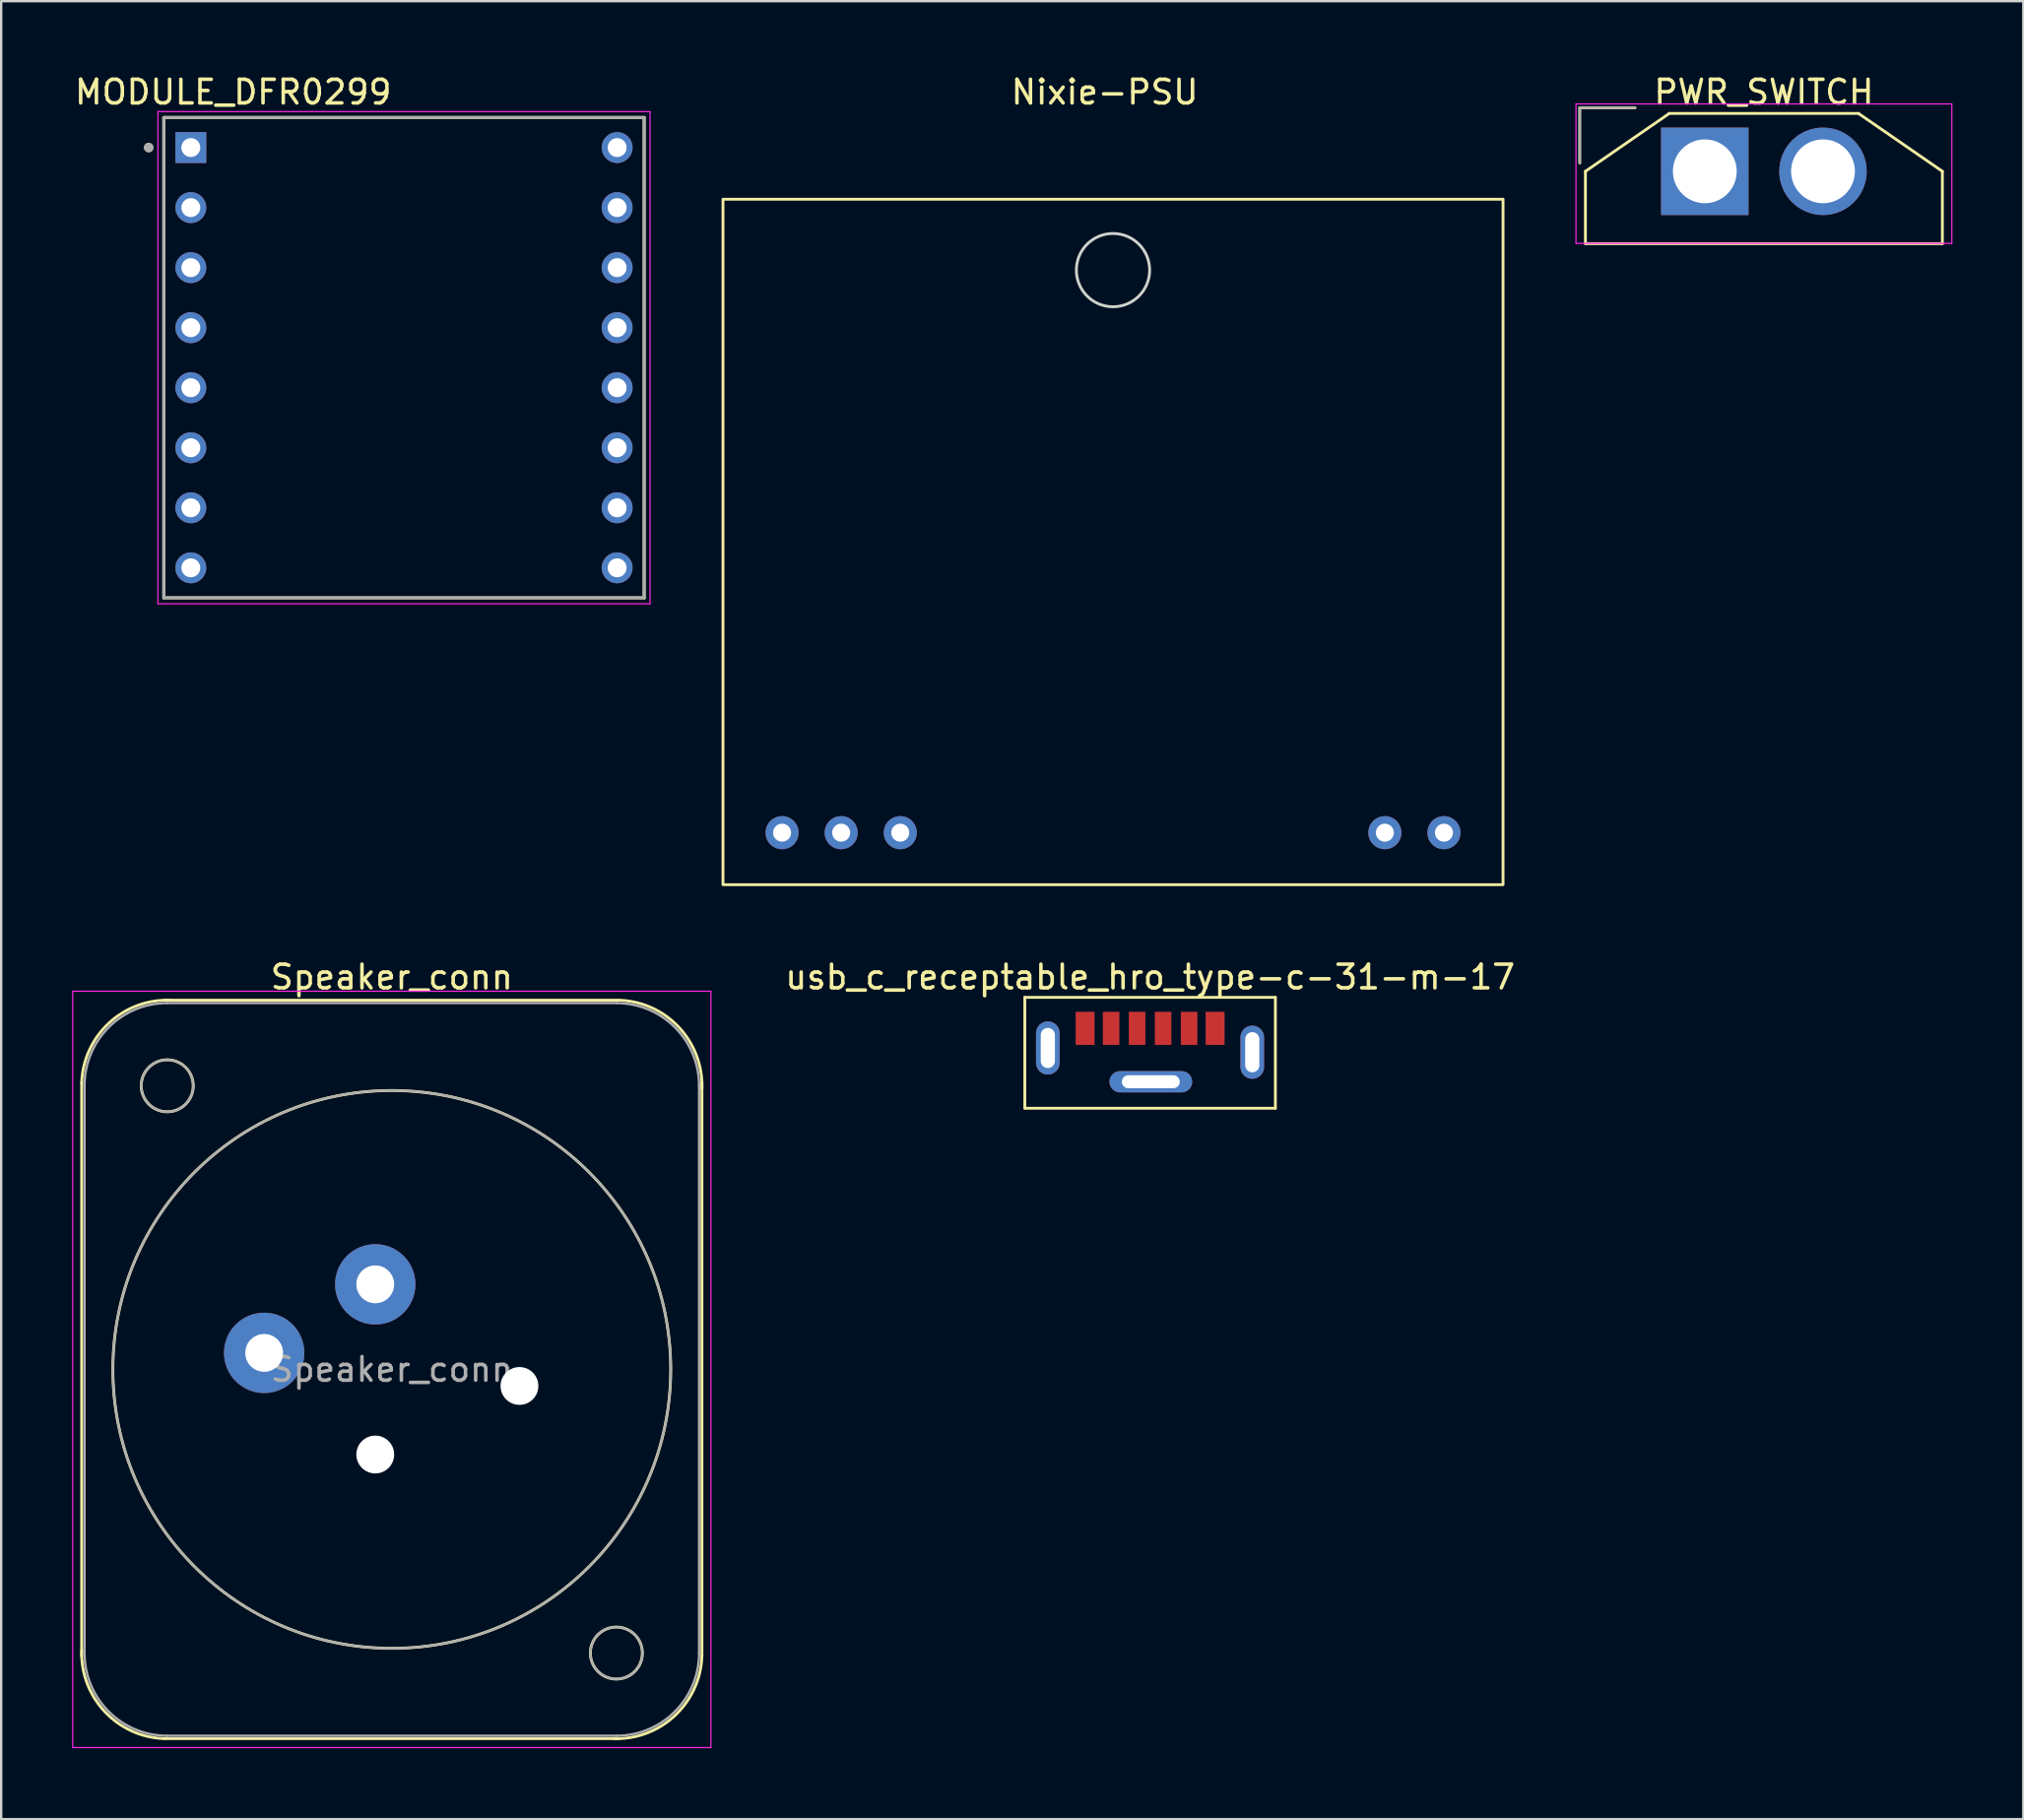
<source format=kicad_pcb>
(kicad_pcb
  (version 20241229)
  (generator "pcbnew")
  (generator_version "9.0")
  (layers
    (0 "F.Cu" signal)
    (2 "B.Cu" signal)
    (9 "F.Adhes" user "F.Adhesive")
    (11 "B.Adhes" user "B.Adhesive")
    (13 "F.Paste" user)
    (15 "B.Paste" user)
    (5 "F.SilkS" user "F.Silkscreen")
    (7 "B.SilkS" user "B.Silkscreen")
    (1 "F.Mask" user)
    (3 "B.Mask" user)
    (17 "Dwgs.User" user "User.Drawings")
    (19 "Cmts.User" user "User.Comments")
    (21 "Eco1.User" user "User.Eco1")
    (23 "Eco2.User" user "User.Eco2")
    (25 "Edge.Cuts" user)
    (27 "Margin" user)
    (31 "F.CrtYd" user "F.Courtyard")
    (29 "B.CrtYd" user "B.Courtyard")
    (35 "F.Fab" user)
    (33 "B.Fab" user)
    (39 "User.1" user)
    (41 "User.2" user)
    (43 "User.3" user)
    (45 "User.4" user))
  (footprint "Speaker_conn"
    (layer "F.Cu")
    (at 12.825 51.286)
    (property "Reference" "Speaker_conn" (at 0.7 -13 0) (layer "F.SilkS") (effects (font (size 1 1) (thickness 0.15))))
    (attr through_hole)
    (fp_line (start -12.42 15.72) (end -12.42 -8.52) (stroke (width 0.12) (type solid)) (layer "F.SilkS"))
    (fp_line (start -8.92 -12.02) (end 10.32 -12.02) (stroke (width 0.12) (type solid)) (layer "F.SilkS"))
    (fp_line (start -8.92 19.22) (end 10.32 19.22) (stroke (width 0.12) (type solid)) (layer "F.SilkS"))
    (fp_line (start 13.82 15.72) (end 13.82 -8.52) (stroke (width 0.12) (type solid)) (layer "F.SilkS"))
    (fp_arc (start -12.42 -8.52) (mid -11.274874 -11.044579) (end -8.68 -12.02) (stroke (width 0.12) (type solid)) (layer "F.SilkS"))
    (fp_arc (start -8.92 19.22) (mid -11.444579 18.074874) (end -12.42 15.48) (stroke (width 0.12) (type solid)) (layer "F.SilkS"))
    (fp_arc (start 10.32 -12.02) (mid 12.844579 -10.874874) (end 13.82 -8.28) (stroke (width 0.12) (type solid)) (layer "F.SilkS"))
    (fp_arc (start 13.82 15.72) (mid 12.674874 18.244579) (end 10.08 19.22) (stroke (width 0.12) (type solid)) (layer "F.SilkS"))
    (fp_circle (center -8.8 -8.4) (end -7.7 -8.4) (stroke (width 0.12) (type solid)) (fill no) (layer "F.SilkS"))
    (fp_circle (center 0.7 3.6) (end 12.5 3.6) (stroke (width 0.12) (type solid)) (fill no) (layer "F.SilkS"))
    (fp_circle (center 10.2 15.6) (end 11.3 15.6) (stroke (width 0.12) (type solid)) (fill no) (layer "F.SilkS"))
    (fp_line (start -12.8 -12.4) (end 14.2 -12.4) (stroke (width 0.05) (type solid)) (layer "F.CrtYd"))
    (fp_line (start -12.8 19.6) (end -12.8 -12.4) (stroke (width 0.05) (type solid)) (layer "F.CrtYd"))
    (fp_line (start -12.8 19.6) (end 14.2 19.6) (stroke (width 0.05) (type solid)) (layer "F.CrtYd"))
    (fp_line (start 14.2 19.6) (end 14.2 -12.4) (stroke (width 0.05) (type solid)) (layer "F.CrtYd"))
    (fp_line (start -12.3 15.6) (end -12.3 -8.4) (stroke (width 0.1) (type solid)) (layer "F.Fab"))
    (fp_line (start -8.8 -11.9) (end 10.2 -11.9) (stroke (width 0.1) (type solid)) (layer "F.Fab"))
    (fp_line (start -8.8 19.1) (end 10.2 19.1) (stroke (width 0.1) (type solid)) (layer "F.Fab"))
    (fp_line (start 13.7 15.6) (end 13.7 -8.4) (stroke (width 0.1) (type solid)) (layer "F.Fab"))
    (fp_arc (start -12.3 -8.4) (mid -11.274874 -10.874874) (end -8.8 -11.9) (stroke (width 0.1) (type solid)) (layer "F.Fab"))
    (fp_arc (start -8.8 19.1) (mid -11.274874 18.074874) (end -12.3 15.6) (stroke (width 0.1) (type solid)) (layer "F.Fab"))
    (fp_arc (start 10.2 -11.9) (mid 12.674874 -10.874874) (end 13.7 -8.4) (stroke (width 0.1) (type solid)) (layer "F.Fab"))
    (fp_arc (start 13.7 15.6) (mid 12.674874 18.074874) (end 10.2 19.1) (stroke (width 0.1) (type solid)) (layer "F.Fab"))
    (fp_circle (center -8.8 -8.4) (end -7.7 -8.4) (stroke (width 0.1) (type solid)) (fill no) (layer "F.Fab"))
    (fp_circle (center 0.7 3.6) (end 12.5 3.6) (stroke (width 0.1) (type solid)) (fill no) (layer "F.Fab"))
    (fp_circle (center 10.2 15.6) (end 9.1 15.6) (stroke (width 0.1) (type solid)) (fill no) (layer "F.Fab"))
    (fp_text user "${REFERENCE}" (at 0.7 3.6 0) (layer "F.Fab") (effects (font (size 1 1) (thickness 0.15))))
    (pad "" np_thru_hole circle (at 0 7.2) (size 1.6 1.6) (drill 1.6) (layers "*.Cu" "*.Mask"))
    (pad "" np_thru_hole circle (at 6.1 4.3) (size 1.6 1.6) (drill 1.6) (layers "*.Cu" "*.Mask"))
    (pad "1" thru_hole circle (at -4.7 2.9) (size 3.4 3.4) (drill 1.6) (layers "*.Cu" "*.Mask"))
    (pad "2" thru_hole circle (at 0 0) (size 3.4 3.4) (drill 1.6) (layers "*.Cu" "*.Mask")))
  (footprint "PWR_SWITCH"
    (layer "F.Cu")
    (at 69.07 4.198)
    (property "Reference" "PWR_SWITCH" (at 2.5 -3.35 0) (layer "F.SilkS") (effects (font (size 1 1) (thickness 0.15))))
    (attr through_hole)
    (fp_line (start -5.29 -2.69) (end -2.95 -2.69) (stroke (width 0.12) (type solid)) (layer "F.SilkS"))
    (fp_line (start -5.29 -0.35) (end -5.29 -2.69) (stroke (width 0.12) (type solid)) (layer "F.SilkS"))
    (fp_line (start -5.05 0) (end -1.5 -2.45) (stroke (width 0.12) (type solid)) (layer "F.SilkS"))
    (fp_line (start -5.05 3.06) (end -5.05 0) (stroke (width 0.12) (type solid)) (layer "F.SilkS"))
    (fp_line (start -1.5 -2.45) (end 6.5 -2.45) (stroke (width 0.12) (type solid)) (layer "F.SilkS"))
    (fp_line (start 6.5 -2.45) (end 10.05 0) (stroke (width 0.12) (type solid)) (layer "F.SilkS"))
    (fp_line (start 10.05 3.06) (end -5.05 3.06) (stroke (width 0.12) (type solid)) (layer "F.SilkS"))
    (fp_line (start 10.05 3.06) (end 10.05 0) (stroke (width 0.12) (type solid)) (layer "F.SilkS"))
    (fp_line (start -5.45 -2.85) (end 10.45 -2.85) (stroke (width 0.05) (type solid)) (layer "F.CrtYd"))
    (fp_line (start -5.45 3.05) (end -5.45 -2.85) (stroke (width 0.05) (type solid)) (layer "F.CrtYd"))
    (fp_line (start 10.45 -2.85) (end 10.45 3.05) (stroke (width 0.05) (type solid)) (layer "F.CrtYd"))
    (fp_line (start 10.45 3.05) (end -5.45 3.05) (stroke (width 0.05) (type solid)) (layer "F.CrtYd"))
    (fp_line (start -5.29 -2.69) (end -2.95 -2.69) (stroke (width 0.1) (type solid)) (layer "F.Fab"))
    (fp_line (start -5.29 -0.35) (end -5.29 -2.69) (stroke (width 0.1) (type solid)) (layer "F.Fab"))
    (pad "1" thru_hole rect (at 0 0 180) (size 3.7 3.7) (drill 2.7) (layers "*.Cu" "*.Mask"))
    (pad "2" thru_hole circle (at 5 0 180) (size 3.7 3.7) (drill 2.7) (layers "*.Cu" "*.Mask")))
  (footprint "MODULE_DFR0299"
    (layer "F.Cu")
    (at 14.04 12.083)
    (property "Reference" "MODULE_DFR0299" (at -7.225 -11.235 0) (layer "F.SilkS") (effects (font (size 1 1) (thickness 0.15))))
    (attr through_hole)
    (fp_line (start -10.16 -10.16) (end 10.16 -10.16) (stroke (width 0.127) (type solid)) (layer "F.SilkS"))
    (fp_line (start -10.16 10.16) (end -10.16 -10.16) (stroke (width 0.127) (type solid)) (layer "F.SilkS"))
    (fp_line (start 10.16 -10.16) (end 10.16 10.16) (stroke (width 0.127) (type solid)) (layer "F.SilkS"))
    (fp_line (start 10.16 10.16) (end -10.16 10.16) (stroke (width 0.127) (type solid)) (layer "F.SilkS"))
    (fp_circle (center -10.8 -8.89) (end -10.7 -8.89) (stroke (width 0.2) (type solid)) (fill no) (layer "F.SilkS"))
    (fp_line (start -10.41 -10.41) (end 10.41 -10.41) (stroke (width 0.05) (type solid)) (layer "F.CrtYd"))
    (fp_line (start -10.41 10.41) (end -10.41 -10.41) (stroke (width 0.05) (type solid)) (layer "F.CrtYd"))
    (fp_line (start 10.41 -10.41) (end 10.41 10.41) (stroke (width 0.05) (type solid)) (layer "F.CrtYd"))
    (fp_line (start 10.41 10.41) (end -10.41 10.41) (stroke (width 0.05) (type solid)) (layer "F.CrtYd"))
    (fp_line (start -10.16 -10.16) (end 10.16 -10.16) (stroke (width 0.127) (type solid)) (layer "F.Fab"))
    (fp_line (start -10.16 10.16) (end -10.16 -10.16) (stroke (width 0.127) (type solid)) (layer "F.Fab"))
    (fp_line (start 10.16 -10.16) (end 10.16 10.16) (stroke (width 0.127) (type solid)) (layer "F.Fab"))
    (fp_line (start 10.16 10.16) (end -10.16 10.16) (stroke (width 0.127) (type solid)) (layer "F.Fab"))
    (fp_circle (center -10.8 -8.89) (end -10.7 -8.89) (stroke (width 0.2) (type solid)) (fill no) (layer "F.Fab"))
    (pad "1" thru_hole rect (at -9.017 -8.89) (size 1.308 1.308) (drill 0.8) (layers "*.Cu" "*.Mask"))
    (pad "2" thru_hole circle (at -9.017 -6.35) (size 1.308 1.308) (drill 0.8) (layers "*.Cu" "*.Mask"))
    (pad "3" thru_hole circle (at -9.017 -3.81) (size 1.308 1.308) (drill 0.8) (layers "*.Cu" "*.Mask"))
    (pad "4" thru_hole circle (at -9.017 -1.27) (size 1.308 1.308) (drill 0.8) (layers "*.Cu" "*.Mask"))
    (pad "5" thru_hole circle (at -9.017 1.27) (size 1.308 1.308) (drill 0.8) (layers "*.Cu" "*.Mask"))
    (pad "6" thru_hole circle (at -9.017 3.81) (size 1.308 1.308) (drill 0.8) (layers "*.Cu" "*.Mask"))
    (pad "7" thru_hole circle (at -9.017 6.35) (size 1.308 1.308) (drill 0.8) (layers "*.Cu" "*.Mask"))
    (pad "8" thru_hole circle (at -9.017 8.89) (size 1.308 1.308) (drill 0.8) (layers "*.Cu" "*.Mask"))
    (pad "9" thru_hole circle (at 9.017 8.89) (size 1.308 1.308) (drill 0.8) (layers "*.Cu" "*.Mask"))
    (pad "10" thru_hole circle (at 9.017 6.35) (size 1.308 1.308) (drill 0.8) (layers "*.Cu" "*.Mask"))
    (pad "11" thru_hole circle (at 9.017 3.81) (size 1.308 1.308) (drill 0.8) (layers "*.Cu" "*.Mask"))
    (pad "12" thru_hole circle (at 9.017 1.27) (size 1.308 1.308) (drill 0.8) (layers "*.Cu" "*.Mask"))
    (pad "13" thru_hole circle (at 9.017 -1.27) (size 1.308 1.308) (drill 0.8) (layers "*.Cu" "*.Mask"))
    (pad "14" thru_hole circle (at 9.017 -3.81) (size 1.308 1.308) (drill 0.8) (layers "*.Cu" "*.Mask"))
    (pad "15" thru_hole circle (at 9.017 -6.35) (size 1.308 1.308) (drill 0.8) (layers "*.Cu" "*.Mask"))
    (pad "16" thru_hole circle (at 9.017 -8.89) (size 1.308 1.308) (drill 0.8) (layers "*.Cu" "*.Mask")))
  (footprint "Nixie-PSU"
    (layer "F.Cu")
    (at 43.765 21.258)
    (property "Reference" "Nixie-PSU" (at -0.08 -20.41 0) (unlocked yes) (layer "F.SilkS") (effects (font (size 1 1) (thickness 0.15))))
    (attr through_hole)
    (fp_rect (start -16.23 -15.88) (end 16.77 13.12) (stroke (width 0.12) (type solid)) (fill no) (layer "F.SilkS"))
    (fp_circle (center 0.27 -12.88) (end 1.82 -12.88) (stroke (width 0.12) (type solid)) (fill no) (layer "Edge.Cuts"))
    (pad "1" thru_hole circle (at -13.73 10.92) (size 1.4 1.4) (drill 0.762) (layers "*.Cu" "*.Mask"))
    (pad "2" thru_hole circle (at -11.23 10.92) (size 1.4 1.4) (drill 0.762) (layers "*.Cu" "*.Mask"))
    (pad "3" thru_hole circle (at -8.73 10.92) (size 1.4 1.4) (drill 0.762) (layers "*.Cu" "*.Mask"))
    (pad "4" thru_hole circle (at 11.77 10.92) (size 1.4 1.4) (drill 0.762) (layers "*.Cu" "*.Mask"))
    (pad "5" thru_hole circle (at 14.27 10.92) (size 1.4 1.4) (drill 0.762) (layers "*.Cu" "*.Mask")))
  (footprint "usb_c_receptable_hro_type-c-31-m-17"
    (layer "F.Cu")
    (at 45.604 42.536)
    (property "Reference" "usb_c_receptable_hro_type-c-31-m-17" (at 0 -4.25 0) (layer "F.SilkS") (effects (font (size 1 1) (thickness 0.15))))
    (attr through_hole)
    (fp_line (start -5.3 1.3) (end -5.3 -3.39) (stroke (width 0.12) (type solid)) (layer "F.SilkS"))
    (fp_line (start 5.3 -3.39) (end -5.3 -3.39) (stroke (width 0.12) (type solid)) (layer "F.SilkS"))
    (fp_line (start 5.3 1.3) (end -5.3 1.3) (stroke (width 0.12) (type solid)) (layer "F.SilkS"))
    (fp_line (start 5.3 1.3) (end 5.3 -3.39) (stroke (width 0.12) (type solid)) (layer "F.SilkS"))
    (pad "A5" smd rect (at -0.55 -2.08) (size 0.7 1.4) (layers "F.Cu" "F.Mask" "F.Paste"))
    (pad "A9" smd rect (at 1.65 -2.08) (size 0.7 1.4) (layers "F.Cu" "F.Mask" "F.Paste"))
    (pad "A12" smd rect (at 2.75 -2.08) (size 0.8 1.4) (layers "F.Cu" "F.Mask" "F.Paste"))
    (pad "B5" smd rect (at 0.55 -2.08) (size 0.7 1.4) (layers "F.Cu" "F.Mask" "F.Paste"))
    (pad "B9" smd rect (at -1.65 -2.08) (size 0.7 1.4) (layers "F.Cu" "F.Mask" "F.Paste"))
    (pad "B12" smd rect (at -2.75 -2.08) (size 0.8 1.4) (layers "F.Cu" "F.Mask" "F.Paste"))
    (pad "S1" thru_hole oval (at -4.327 -1.25) (size 1 2.25) (drill oval 0.6 1.7) (layers "*.Cu" "*.Mask"))
    (pad "S1" thru_hole oval (at 0.03 0.18 90) (size 0.9 3.5) (drill oval 0.55 2.45) (layers "*.Cu" "*.Mask"))
    (pad "S1" thru_hole oval (at 4.322 -1.07) (size 1 2.25) (drill oval 0.6 1.7) (layers "*.Cu" "*.Mask")))
  (gr_rect
    (start -3 -3)
    (end 82.545 73.912)
    (stroke (width 0.1) (type default))
    (fill no)
    (layer "Edge.Cuts")))
</source>
